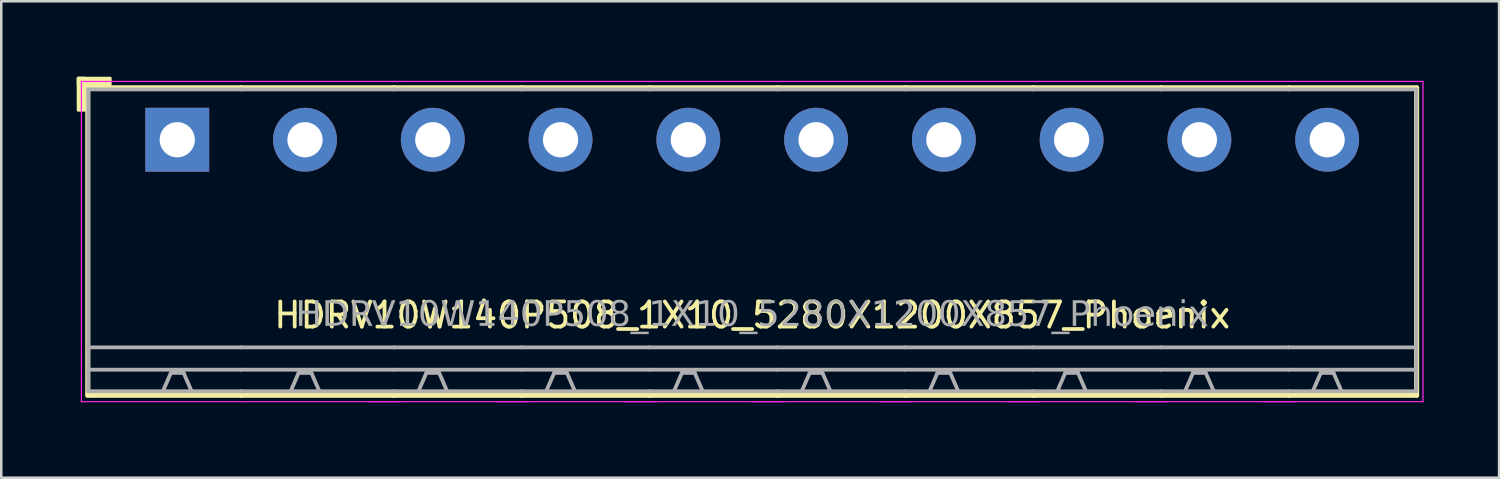
<source format=kicad_pcb>
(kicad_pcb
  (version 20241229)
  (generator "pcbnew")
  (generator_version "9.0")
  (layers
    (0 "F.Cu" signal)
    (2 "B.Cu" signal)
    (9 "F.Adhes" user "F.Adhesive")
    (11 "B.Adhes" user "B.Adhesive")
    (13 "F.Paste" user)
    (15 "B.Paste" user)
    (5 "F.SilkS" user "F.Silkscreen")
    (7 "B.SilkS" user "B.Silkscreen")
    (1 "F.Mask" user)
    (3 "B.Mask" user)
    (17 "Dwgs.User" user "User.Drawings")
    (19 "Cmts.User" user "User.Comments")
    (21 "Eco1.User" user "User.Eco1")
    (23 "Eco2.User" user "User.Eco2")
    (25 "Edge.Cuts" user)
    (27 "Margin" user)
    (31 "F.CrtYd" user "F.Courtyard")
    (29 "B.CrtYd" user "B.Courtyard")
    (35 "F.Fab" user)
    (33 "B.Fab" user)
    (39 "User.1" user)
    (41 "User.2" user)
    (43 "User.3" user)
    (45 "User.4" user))
  (footprint "HDRV10W140P508_1X10_5280X1200X857_Phoenix"
    (layer "F.Cu")
    (at 26.857 2.506)
    (property "Reference" "HDRV10W140P508_1X10_5280X1200X857_Phoenix" (at 0 6.975 0) (layer "F.SilkS") (effects (font (size 1 1) (thickness 0.15))))
    (attr through_hole)
    (fp_line (start -26.416 -2.065) (end -26.416 10.16) (stroke (width 0.203) (type solid)) (layer "F.SilkS"))
    (fp_line (start -26.416 10.16) (end -20.32 10.16) (stroke (width 0.203) (type solid)) (layer "F.SilkS"))
    (fp_line (start -20.32 -2.065) (end -26.416 -2.065) (stroke (width 0.203) (type solid)) (layer "F.SilkS"))
    (fp_line (start -20.32 -2.065) (end -14.224 -2.065) (stroke (width 0.203) (type solid)) (layer "F.SilkS"))
    (fp_line (start -14.224 -2.065) (end -9.144 -2.065) (stroke (width 0.203) (type solid)) (layer "F.SilkS"))
    (fp_line (start -14.224 10.16) (end -20.32 10.16) (stroke (width 0.203) (type solid)) (layer "F.SilkS"))
    (fp_line (start -9.144 -2.065) (end -4.064 -2.065) (stroke (width 0.203) (type solid)) (layer "F.SilkS"))
    (fp_line (start -9.144 10.16) (end -14.224 10.16) (stroke (width 0.203) (type solid)) (layer "F.SilkS"))
    (fp_line (start -4.064 -2.065) (end 1.016 -2.065) (stroke (width 0.203) (type solid)) (layer "F.SilkS"))
    (fp_line (start -4.064 10.16) (end -9.144 10.16) (stroke (width 0.203) (type solid)) (layer "F.SilkS"))
    (fp_line (start 1.016 -2.065) (end 6.096 -2.065) (stroke (width 0.203) (type solid)) (layer "F.SilkS"))
    (fp_line (start 1.016 10.16) (end -4.064 10.16) (stroke (width 0.203) (type solid)) (layer "F.SilkS"))
    (fp_line (start 6.096 -2.065) (end 11.176 -2.065) (stroke (width 0.203) (type solid)) (layer "F.SilkS"))
    (fp_line (start 6.096 10.16) (end 1.016 10.16) (stroke (width 0.203) (type solid)) (layer "F.SilkS"))
    (fp_line (start 11.176 -2.065) (end 16.256 -2.065) (stroke (width 0.203) (type solid)) (layer "F.SilkS"))
    (fp_line (start 11.176 10.16) (end 6.096 10.16) (stroke (width 0.203) (type solid)) (layer "F.SilkS"))
    (fp_line (start 16.256 -2.065) (end 21.336 -2.065) (stroke (width 0.203) (type solid)) (layer "F.SilkS"))
    (fp_line (start 16.256 10.16) (end 11.176 10.16) (stroke (width 0.203) (type solid)) (layer "F.SilkS"))
    (fp_line (start 21.336 -2.065) (end 26.416 -2.065) (stroke (width 0.203) (type solid)) (layer "F.SilkS"))
    (fp_line (start 21.336 10.16) (end 16.256 10.16) (stroke (width 0.203) (type solid)) (layer "F.SilkS"))
    (fp_line (start 26.416 -2.065) (end 26.416 10.16) (stroke (width 0.203) (type solid)) (layer "F.SilkS"))
    (fp_line (start 26.416 10.16) (end 21.336 10.16) (stroke (width 0.203) (type solid)) (layer "F.SilkS"))
    (fp_rect (start -26.797 -2.446) (end -26.543 -1.176) (stroke (width 0.12) (type solid)) (fill yes) (layer "F.SilkS"))
    (fp_rect (start -26.797 -2.446) (end -25.527 -2.192) (stroke (width 0.12) (type solid)) (fill yes) (layer "F.SilkS"))
    (fp_line (start -26.67 10.414) (end -26.67 -2.319) (stroke (width 0.05) (type solid)) (layer "F.CrtYd"))
    (fp_line (start -20.32 -2.319) (end -26.67 -2.319) (stroke (width 0.05) (type solid)) (layer "F.CrtYd"))
    (fp_line (start -20.32 -2.319) (end -13.97 -2.319) (stroke (width 0.05) (type solid)) (layer "F.CrtYd"))
    (fp_line (start -20.32 10.414) (end -26.67 10.414) (stroke (width 0.05) (type solid)) (layer "F.CrtYd"))
    (fp_line (start -20.32 10.414) (end -13.97 10.414) (stroke (width 0.05) (type solid)) (layer "F.CrtYd"))
    (fp_line (start -15.24 10.414) (end -8.89 10.414) (stroke (width 0.05) (type solid)) (layer "F.CrtYd"))
    (fp_line (start -13.97 -2.319) (end -8.89 -2.319) (stroke (width 0.05) (type solid)) (layer "F.CrtYd"))
    (fp_line (start -10.16 10.414) (end -3.81 10.414) (stroke (width 0.05) (type solid)) (layer "F.CrtYd"))
    (fp_line (start -8.89 -2.319) (end -3.81 -2.319) (stroke (width 0.05) (type solid)) (layer "F.CrtYd"))
    (fp_line (start -5.08 10.414) (end 1.27 10.414) (stroke (width 0.05) (type solid)) (layer "F.CrtYd"))
    (fp_line (start -3.81 -2.319) (end 1.27 -2.319) (stroke (width 0.05) (type solid)) (layer "F.CrtYd"))
    (fp_line (start 0 10.414) (end 6.35 10.414) (stroke (width 0.05) (type solid)) (layer "F.CrtYd"))
    (fp_line (start 1.27 -2.319) (end 6.35 -2.319) (stroke (width 0.05) (type solid)) (layer "F.CrtYd"))
    (fp_line (start 5.08 10.414) (end 11.43 10.414) (stroke (width 0.05) (type solid)) (layer "F.CrtYd"))
    (fp_line (start 6.35 -2.319) (end 11.43 -2.319) (stroke (width 0.05) (type solid)) (layer "F.CrtYd"))
    (fp_line (start 10.16 10.414) (end 16.51 10.414) (stroke (width 0.05) (type solid)) (layer "F.CrtYd"))
    (fp_line (start 11.43 -2.319) (end 16.51 -2.319) (stroke (width 0.05) (type solid)) (layer "F.CrtYd"))
    (fp_line (start 15.24 10.414) (end 21.59 10.414) (stroke (width 0.05) (type solid)) (layer "F.CrtYd"))
    (fp_line (start 16.51 -2.319) (end 21.59 -2.319) (stroke (width 0.05) (type solid)) (layer "F.CrtYd"))
    (fp_line (start 20.32 10.414) (end 26.67 10.414) (stroke (width 0.05) (type solid)) (layer "F.CrtYd"))
    (fp_line (start 21.59 -2.319) (end 26.67 -2.319) (stroke (width 0.05) (type solid)) (layer "F.CrtYd"))
    (fp_line (start 26.67 10.414) (end 26.67 -2.319) (stroke (width 0.05) (type solid)) (layer "F.CrtYd"))
    (fp_line (start -26.4 -2) (end -26.4 10) (stroke (width 0.152) (type solid)) (layer "F.Fab"))
    (fp_line (start -23.114 9.271) (end -23.431 10) (stroke (width 0.152) (type default)) (layer "F.Fab"))
    (fp_line (start -22.606 9.271) (end -23.114 9.271) (stroke (width 0.152) (type default)) (layer "F.Fab"))
    (fp_line (start -22.606 9.271) (end -22.288 10) (stroke (width 0.152) (type default)) (layer "F.Fab"))
    (fp_line (start -20.32 -2) (end -26.4 -2) (stroke (width 0.152) (type solid)) (layer "F.Fab"))
    (fp_line (start -20.32 -2) (end -14.24 -2) (stroke (width 0.152) (type solid)) (layer "F.Fab"))
    (fp_line (start -20.32 8.255) (end -26.4 8.255) (stroke (width 0.152) (type solid)) (layer "F.Fab"))
    (fp_line (start -20.32 8.255) (end -14.24 8.255) (stroke (width 0.152) (type solid)) (layer "F.Fab"))
    (fp_line (start -20.32 9.144) (end -26.4 9.144) (stroke (width 0.152) (type solid)) (layer "F.Fab"))
    (fp_line (start -20.32 9.144) (end -14.24 9.144) (stroke (width 0.152) (type solid)) (layer "F.Fab"))
    (fp_line (start -20.32 10) (end -26.4 10) (stroke (width 0.152) (type solid)) (layer "F.Fab"))
    (fp_line (start -20.32 10) (end -14.24 10) (stroke (width 0.152) (type solid)) (layer "F.Fab"))
    (fp_line (start -18.034 9.271) (end -18.352 10) (stroke (width 0.152) (type default)) (layer "F.Fab"))
    (fp_line (start -17.526 9.271) (end -18.034 9.271) (stroke (width 0.152) (type default)) (layer "F.Fab"))
    (fp_line (start -17.526 9.271) (end -17.209 10) (stroke (width 0.152) (type default)) (layer "F.Fab"))
    (fp_line (start -14.24 -2) (end -9.16 -2) (stroke (width 0.152) (type solid)) (layer "F.Fab"))
    (fp_line (start -14.24 8.255) (end -9.16 8.255) (stroke (width 0.152) (type solid)) (layer "F.Fab"))
    (fp_line (start -14.24 9.144) (end -9.16 9.144) (stroke (width 0.152) (type solid)) (layer "F.Fab"))
    (fp_line (start -14.24 10) (end -9.16 10) (stroke (width 0.152) (type solid)) (layer "F.Fab"))
    (fp_line (start -12.954 9.271) (end -13.271 10) (stroke (width 0.152) (type default)) (layer "F.Fab"))
    (fp_line (start -12.446 9.271) (end -12.954 9.271) (stroke (width 0.152) (type default)) (layer "F.Fab"))
    (fp_line (start -12.446 9.271) (end -12.129 10) (stroke (width 0.152) (type default)) (layer "F.Fab"))
    (fp_line (start -9.16 -2) (end -4.08 -2) (stroke (width 0.152) (type solid)) (layer "F.Fab"))
    (fp_line (start -9.16 8.255) (end -4.08 8.255) (stroke (width 0.152) (type solid)) (layer "F.Fab"))
    (fp_line (start -9.16 9.144) (end -4.08 9.144) (stroke (width 0.152) (type solid)) (layer "F.Fab"))
    (fp_line (start -9.16 10) (end -4.08 10) (stroke (width 0.152) (type solid)) (layer "F.Fab"))
    (fp_line (start -7.874 9.271) (end -8.191 10) (stroke (width 0.152) (type default)) (layer "F.Fab"))
    (fp_line (start -7.366 9.271) (end -7.874 9.271) (stroke (width 0.152) (type default)) (layer "F.Fab"))
    (fp_line (start -7.366 9.271) (end -7.048 10) (stroke (width 0.152) (type default)) (layer "F.Fab"))
    (fp_line (start -4.08 -2) (end 1 -2) (stroke (width 0.152) (type solid)) (layer "F.Fab"))
    (fp_line (start -4.08 8.255) (end 1 8.255) (stroke (width 0.152) (type solid)) (layer "F.Fab"))
    (fp_line (start -4.08 9.144) (end 1 9.144) (stroke (width 0.152) (type solid)) (layer "F.Fab"))
    (fp_line (start -4.08 10) (end 1 10) (stroke (width 0.152) (type solid)) (layer "F.Fab"))
    (fp_line (start -2.794 9.271) (end -3.111 10) (stroke (width 0.152) (type default)) (layer "F.Fab"))
    (fp_line (start -2.286 9.271) (end -2.794 9.271) (stroke (width 0.152) (type default)) (layer "F.Fab"))
    (fp_line (start -2.286 9.271) (end -1.968 10) (stroke (width 0.152) (type default)) (layer "F.Fab"))
    (fp_line (start 1 -2) (end 6.08 -2) (stroke (width 0.152) (type solid)) (layer "F.Fab"))
    (fp_line (start 1 8.255) (end 6.08 8.255) (stroke (width 0.152) (type solid)) (layer "F.Fab"))
    (fp_line (start 1 9.144) (end 6.08 9.144) (stroke (width 0.152) (type solid)) (layer "F.Fab"))
    (fp_line (start 1 10) (end 6.08 10) (stroke (width 0.152) (type solid)) (layer "F.Fab"))
    (fp_line (start 2.286 9.271) (end 1.968 10) (stroke (width 0.152) (type default)) (layer "F.Fab"))
    (fp_line (start 2.794 9.271) (end 2.286 9.271) (stroke (width 0.152) (type default)) (layer "F.Fab"))
    (fp_line (start 2.794 9.271) (end 3.111 10) (stroke (width 0.152) (type default)) (layer "F.Fab"))
    (fp_line (start 6.08 -2) (end 11.16 -2) (stroke (width 0.152) (type solid)) (layer "F.Fab"))
    (fp_line (start 6.08 8.255) (end 11.16 8.255) (stroke (width 0.152) (type solid)) (layer "F.Fab"))
    (fp_line (start 6.08 9.144) (end 11.16 9.144) (stroke (width 0.152) (type solid)) (layer "F.Fab"))
    (fp_line (start 6.08 10) (end 11.16 10) (stroke (width 0.152) (type solid)) (layer "F.Fab"))
    (fp_line (start 7.366 9.271) (end 7.048 10) (stroke (width 0.152) (type default)) (layer "F.Fab"))
    (fp_line (start 7.874 9.271) (end 7.366 9.271) (stroke (width 0.152) (type default)) (layer "F.Fab"))
    (fp_line (start 7.874 9.271) (end 8.191 10) (stroke (width 0.152) (type default)) (layer "F.Fab"))
    (fp_line (start 11.16 -2) (end 16.24 -2) (stroke (width 0.152) (type solid)) (layer "F.Fab"))
    (fp_line (start 11.16 8.255) (end 16.24 8.255) (stroke (width 0.152) (type solid)) (layer "F.Fab"))
    (fp_line (start 11.16 9.144) (end 16.24 9.144) (stroke (width 0.152) (type solid)) (layer "F.Fab"))
    (fp_line (start 11.16 10) (end 16.24 10) (stroke (width 0.152) (type solid)) (layer "F.Fab"))
    (fp_line (start 12.446 9.271) (end 12.129 10) (stroke (width 0.152) (type default)) (layer "F.Fab"))
    (fp_line (start 12.954 9.271) (end 12.446 9.271) (stroke (width 0.152) (type default)) (layer "F.Fab"))
    (fp_line (start 12.954 9.271) (end 13.271 10) (stroke (width 0.152) (type default)) (layer "F.Fab"))
    (fp_line (start 16.24 -2) (end 21.32 -2) (stroke (width 0.152) (type solid)) (layer "F.Fab"))
    (fp_line (start 16.24 8.255) (end 21.32 8.255) (stroke (width 0.152) (type solid)) (layer "F.Fab"))
    (fp_line (start 16.24 9.144) (end 21.32 9.144) (stroke (width 0.152) (type solid)) (layer "F.Fab"))
    (fp_line (start 16.24 10) (end 21.32 10) (stroke (width 0.152) (type solid)) (layer "F.Fab"))
    (fp_line (start 17.526 9.271) (end 17.209 10) (stroke (width 0.152) (type default)) (layer "F.Fab"))
    (fp_line (start 18.034 9.271) (end 17.526 9.271) (stroke (width 0.152) (type default)) (layer "F.Fab"))
    (fp_line (start 18.034 9.271) (end 18.352 10) (stroke (width 0.152) (type default)) (layer "F.Fab"))
    (fp_line (start 21.32 -2) (end 26.4 -2) (stroke (width 0.152) (type solid)) (layer "F.Fab"))
    (fp_line (start 21.32 8.255) (end 26.4 8.255) (stroke (width 0.152) (type solid)) (layer "F.Fab"))
    (fp_line (start 21.32 9.144) (end 26.4 9.144) (stroke (width 0.152) (type solid)) (layer "F.Fab"))
    (fp_line (start 21.32 10) (end 26.4 10) (stroke (width 0.152) (type solid)) (layer "F.Fab"))
    (fp_line (start 22.606 9.271) (end 22.288 10) (stroke (width 0.152) (type default)) (layer "F.Fab"))
    (fp_line (start 23.114 9.271) (end 22.606 9.271) (stroke (width 0.152) (type default)) (layer "F.Fab"))
    (fp_line (start 23.114 9.271) (end 23.431 10) (stroke (width 0.152) (type default)) (layer "F.Fab"))
    (fp_line (start 26.4 -2) (end 26.4 10) (stroke (width 0.152) (type solid)) (layer "F.Fab"))
    (fp_rect (start -23.114 -0.254) (end -22.606 0.254) (stroke (width 0.152) (type solid)) (fill no) (layer "F.Fab"))
    (fp_rect (start -17.526 -0.254) (end -18.034 0.254) (stroke (width 0.152) (type solid)) (fill no) (layer "F.Fab"))
    (fp_rect (start -12.446 -0.254) (end -12.954 0.254) (stroke (width 0.152) (type solid)) (fill no) (layer "F.Fab"))
    (fp_rect (start -7.366 -0.254) (end -7.874 0.254) (stroke (width 0.152) (type solid)) (fill no) (layer "F.Fab"))
    (fp_rect (start -2.286 -0.254) (end -2.794 0.254) (stroke (width 0.152) (type solid)) (fill no) (layer "F.Fab"))
    (fp_rect (start 2.794 -0.254) (end 2.286 0.254) (stroke (width 0.152) (type solid)) (fill no) (layer "F.Fab"))
    (fp_rect (start 7.874 -0.254) (end 7.366 0.254) (stroke (width 0.152) (type solid)) (fill no) (layer "F.Fab"))
    (fp_rect (start 12.954 -0.254) (end 12.446 0.254) (stroke (width 0.152) (type solid)) (fill no) (layer "F.Fab"))
    (fp_rect (start 18.034 -0.254) (end 17.526 0.254) (stroke (width 0.152) (type solid)) (fill no) (layer "F.Fab"))
    (fp_rect (start 23.114 -0.254) (end 22.606 0.254) (stroke (width 0.152) (type solid)) (fill no) (layer "F.Fab"))
    (fp_text user "${REFERENCE}" (at 0 6.985 0) (layer "F.Fab") (effects (font (face "Tahoma") (size 1 1) (thickness 0.15))))
    (pad "1" thru_hole rect (at -22.86 0) (size 2.54 2.54) (drill 1.4) (layers "*.Cu" "*.Mask"))
    (pad "2" thru_hole circle (at -17.78 0) (size 2.54 2.54) (drill 1.4) (layers "*.Cu" "*.Mask"))
    (pad "3" thru_hole circle (at -12.7 0) (size 2.54 2.54) (drill 1.4) (layers "*.Cu" "*.Mask"))
    (pad "4" thru_hole circle (at -7.62 0) (size 2.54 2.54) (drill 1.4) (layers "*.Cu" "*.Mask"))
    (pad "5" thru_hole circle (at -2.54 0) (size 2.54 2.54) (drill 1.4) (layers "*.Cu" "*.Mask"))
    (pad "6" thru_hole circle (at 2.54 0) (size 2.54 2.54) (drill 1.4) (layers "*.Cu" "*.Mask"))
    (pad "7" thru_hole circle (at 7.62 0) (size 2.54 2.54) (drill 1.4) (layers "*.Cu" "*.Mask"))
    (pad "8" thru_hole circle (at 12.7 0) (size 2.54 2.54) (drill 1.4) (layers "*.Cu" "*.Mask"))
    (pad "9" thru_hole circle (at 17.78 0) (size 2.54 2.54) (drill 1.4) (layers "*.Cu" "*.Mask"))
    (pad "10" thru_hole circle (at 22.86 0) (size 2.54 2.54) (drill 1.4) (layers "*.Cu" "*.Mask")))
  (gr_rect
    (start -3 -3)
    (end 56.552 15.945)
    (stroke (width 0.1) (type default))
    (fill no)
    (layer "Edge.Cuts")))
</source>
